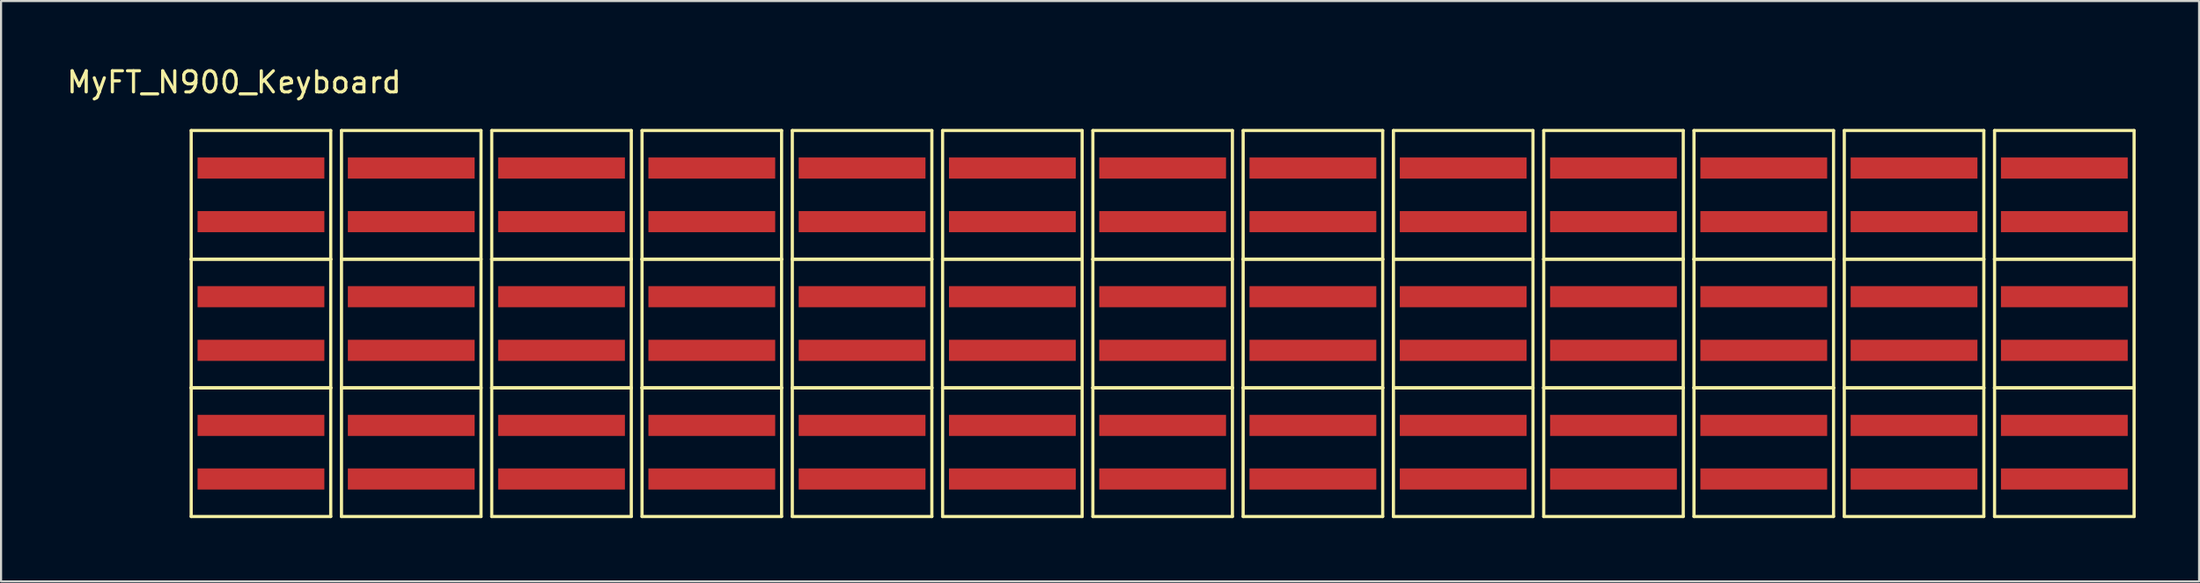
<source format=kicad_pcb>
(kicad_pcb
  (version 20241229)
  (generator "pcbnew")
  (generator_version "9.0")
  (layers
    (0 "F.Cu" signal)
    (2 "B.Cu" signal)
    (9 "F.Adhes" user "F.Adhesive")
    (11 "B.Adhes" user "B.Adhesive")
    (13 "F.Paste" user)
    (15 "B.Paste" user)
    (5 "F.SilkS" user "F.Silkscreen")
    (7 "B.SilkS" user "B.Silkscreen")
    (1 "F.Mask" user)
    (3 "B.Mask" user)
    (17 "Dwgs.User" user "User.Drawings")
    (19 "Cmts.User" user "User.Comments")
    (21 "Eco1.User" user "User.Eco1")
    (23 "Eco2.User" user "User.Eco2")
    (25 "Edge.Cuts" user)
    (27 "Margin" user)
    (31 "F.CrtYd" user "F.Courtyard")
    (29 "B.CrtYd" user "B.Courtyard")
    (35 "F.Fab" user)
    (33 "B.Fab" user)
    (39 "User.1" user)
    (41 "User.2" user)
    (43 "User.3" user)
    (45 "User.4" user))
  (footprint "MyFT_N900_Keyboard"
    (layer "F.Cu")
    (at 9.3 4.912)
    (property "Reference" "MyFT_N900_Keyboard" (at -1.27 -4.064 0) (layer "F.SilkS") (effects (font (size 1 1) (thickness 0.15))))
    (attr through_hole)
    (fp_line (start -3.302 -1.778) (end -3.302 4.318) (stroke (width 0.15) (type solid)) (layer "F.SilkS"))
    (fp_line (start -3.302 -1.778) (end 3.302 -1.778) (stroke (width 0.15) (type solid)) (layer "F.SilkS"))
    (fp_line (start -3.302 4.318) (end -3.302 10.414) (stroke (width 0.15) (type solid)) (layer "F.SilkS"))
    (fp_line (start -3.302 4.318) (end 3.302 4.318) (stroke (width 0.15) (type solid)) (layer "F.SilkS"))
    (fp_line (start -3.302 4.318) (end 3.302 4.318) (stroke (width 0.15) (type solid)) (layer "F.SilkS"))
    (fp_line (start -3.302 10.414) (end -3.302 16.51) (stroke (width 0.15) (type solid)) (layer "F.SilkS"))
    (fp_line (start -3.302 10.414) (end 3.302 10.414) (stroke (width 0.15) (type solid)) (layer "F.SilkS"))
    (fp_line (start -3.302 10.414) (end 3.302 10.414) (stroke (width 0.15) (type solid)) (layer "F.SilkS"))
    (fp_line (start -3.302 16.51) (end 3.302 16.51) (stroke (width 0.15) (type solid)) (layer "F.SilkS"))
    (fp_line (start 3.302 -1.778) (end 3.302 4.318) (stroke (width 0.15) (type solid)) (layer "F.SilkS"))
    (fp_line (start 3.302 4.318) (end 3.302 10.414) (stroke (width 0.15) (type solid)) (layer "F.SilkS"))
    (fp_line (start 3.302 10.414) (end 3.302 16.51) (stroke (width 0.15) (type solid)) (layer "F.SilkS"))
    (fp_line (start 3.81 -1.778) (end 3.81 4.318) (stroke (width 0.15) (type solid)) (layer "F.SilkS"))
    (fp_line (start 3.81 -1.778) (end 10.414 -1.778) (stroke (width 0.15) (type solid)) (layer "F.SilkS"))
    (fp_line (start 3.81 4.318) (end 3.81 10.414) (stroke (width 0.15) (type solid)) (layer "F.SilkS"))
    (fp_line (start 3.81 4.318) (end 10.414 4.318) (stroke (width 0.15) (type solid)) (layer "F.SilkS"))
    (fp_line (start 3.81 4.318) (end 10.414 4.318) (stroke (width 0.15) (type solid)) (layer "F.SilkS"))
    (fp_line (start 3.81 10.414) (end 3.81 16.51) (stroke (width 0.15) (type solid)) (layer "F.SilkS"))
    (fp_line (start 3.81 10.414) (end 10.414 10.414) (stroke (width 0.15) (type solid)) (layer "F.SilkS"))
    (fp_line (start 3.81 10.414) (end 10.414 10.414) (stroke (width 0.15) (type solid)) (layer "F.SilkS"))
    (fp_line (start 3.81 16.51) (end 10.414 16.51) (stroke (width 0.15) (type solid)) (layer "F.SilkS"))
    (fp_line (start 10.414 -1.778) (end 10.414 4.318) (stroke (width 0.15) (type solid)) (layer "F.SilkS"))
    (fp_line (start 10.414 4.318) (end 10.414 10.414) (stroke (width 0.15) (type solid)) (layer "F.SilkS"))
    (fp_line (start 10.414 10.414) (end 10.414 16.51) (stroke (width 0.15) (type solid)) (layer "F.SilkS"))
    (fp_line (start 10.922 -1.778) (end 10.922 4.318) (stroke (width 0.15) (type solid)) (layer "F.SilkS"))
    (fp_line (start 10.922 -1.778) (end 17.526 -1.778) (stroke (width 0.15) (type solid)) (layer "F.SilkS"))
    (fp_line (start 10.922 4.318) (end 10.922 10.414) (stroke (width 0.15) (type solid)) (layer "F.SilkS"))
    (fp_line (start 10.922 4.318) (end 17.526 4.318) (stroke (width 0.15) (type solid)) (layer "F.SilkS"))
    (fp_line (start 10.922 4.318) (end 17.526 4.318) (stroke (width 0.15) (type solid)) (layer "F.SilkS"))
    (fp_line (start 10.922 10.414) (end 10.922 16.51) (stroke (width 0.15) (type solid)) (layer "F.SilkS"))
    (fp_line (start 10.922 10.414) (end 17.526 10.414) (stroke (width 0.15) (type solid)) (layer "F.SilkS"))
    (fp_line (start 10.922 10.414) (end 17.526 10.414) (stroke (width 0.15) (type solid)) (layer "F.SilkS"))
    (fp_line (start 10.922 16.51) (end 17.526 16.51) (stroke (width 0.15) (type solid)) (layer "F.SilkS"))
    (fp_line (start 17.526 -1.778) (end 17.526 4.318) (stroke (width 0.15) (type solid)) (layer "F.SilkS"))
    (fp_line (start 17.526 4.318) (end 17.526 10.414) (stroke (width 0.15) (type solid)) (layer "F.SilkS"))
    (fp_line (start 17.526 10.414) (end 17.526 16.51) (stroke (width 0.15) (type solid)) (layer "F.SilkS"))
    (fp_line (start 18.034 -1.778) (end 18.034 4.318) (stroke (width 0.15) (type solid)) (layer "F.SilkS"))
    (fp_line (start 18.034 -1.778) (end 24.638 -1.778) (stroke (width 0.15) (type solid)) (layer "F.SilkS"))
    (fp_line (start 18.034 4.318) (end 18.034 10.414) (stroke (width 0.15) (type solid)) (layer "F.SilkS"))
    (fp_line (start 18.034 4.318) (end 24.638 4.318) (stroke (width 0.15) (type solid)) (layer "F.SilkS"))
    (fp_line (start 18.034 4.318) (end 24.638 4.318) (stroke (width 0.15) (type solid)) (layer "F.SilkS"))
    (fp_line (start 18.034 10.414) (end 18.034 16.51) (stroke (width 0.15) (type solid)) (layer "F.SilkS"))
    (fp_line (start 18.034 10.414) (end 24.638 10.414) (stroke (width 0.15) (type solid)) (layer "F.SilkS"))
    (fp_line (start 18.034 10.414) (end 24.638 10.414) (stroke (width 0.15) (type solid)) (layer "F.SilkS"))
    (fp_line (start 18.034 16.51) (end 24.638 16.51) (stroke (width 0.15) (type solid)) (layer "F.SilkS"))
    (fp_line (start 24.638 -1.778) (end 24.638 4.318) (stroke (width 0.15) (type solid)) (layer "F.SilkS"))
    (fp_line (start 24.638 4.318) (end 24.638 10.414) (stroke (width 0.15) (type solid)) (layer "F.SilkS"))
    (fp_line (start 24.638 10.414) (end 24.638 16.51) (stroke (width 0.15) (type solid)) (layer "F.SilkS"))
    (fp_line (start 25.146 -1.778) (end 25.146 4.318) (stroke (width 0.15) (type solid)) (layer "F.SilkS"))
    (fp_line (start 25.146 -1.778) (end 31.75 -1.778) (stroke (width 0.15) (type solid)) (layer "F.SilkS"))
    (fp_line (start 25.146 4.318) (end 25.146 10.414) (stroke (width 0.15) (type solid)) (layer "F.SilkS"))
    (fp_line (start 25.146 4.318) (end 31.75 4.318) (stroke (width 0.15) (type solid)) (layer "F.SilkS"))
    (fp_line (start 25.146 4.318) (end 31.75 4.318) (stroke (width 0.15) (type solid)) (layer "F.SilkS"))
    (fp_line (start 25.146 10.414) (end 25.146 16.51) (stroke (width 0.15) (type solid)) (layer "F.SilkS"))
    (fp_line (start 25.146 10.414) (end 31.75 10.414) (stroke (width 0.15) (type solid)) (layer "F.SilkS"))
    (fp_line (start 25.146 10.414) (end 31.75 10.414) (stroke (width 0.15) (type solid)) (layer "F.SilkS"))
    (fp_line (start 25.146 16.51) (end 31.75 16.51) (stroke (width 0.15) (type solid)) (layer "F.SilkS"))
    (fp_line (start 31.75 -1.778) (end 31.75 4.318) (stroke (width 0.15) (type solid)) (layer "F.SilkS"))
    (fp_line (start 31.75 4.318) (end 31.75 10.414) (stroke (width 0.15) (type solid)) (layer "F.SilkS"))
    (fp_line (start 31.75 10.414) (end 31.75 16.51) (stroke (width 0.15) (type solid)) (layer "F.SilkS"))
    (fp_line (start 32.258 -1.778) (end 32.258 4.318) (stroke (width 0.15) (type solid)) (layer "F.SilkS"))
    (fp_line (start 32.258 -1.778) (end 38.862 -1.778) (stroke (width 0.15) (type solid)) (layer "F.SilkS"))
    (fp_line (start 32.258 4.318) (end 32.258 10.414) (stroke (width 0.15) (type solid)) (layer "F.SilkS"))
    (fp_line (start 32.258 4.318) (end 38.862 4.318) (stroke (width 0.15) (type solid)) (layer "F.SilkS"))
    (fp_line (start 32.258 4.318) (end 38.862 4.318) (stroke (width 0.15) (type solid)) (layer "F.SilkS"))
    (fp_line (start 32.258 10.414) (end 32.258 16.51) (stroke (width 0.15) (type solid)) (layer "F.SilkS"))
    (fp_line (start 32.258 10.414) (end 38.862 10.414) (stroke (width 0.15) (type solid)) (layer "F.SilkS"))
    (fp_line (start 32.258 10.414) (end 38.862 10.414) (stroke (width 0.15) (type solid)) (layer "F.SilkS"))
    (fp_line (start 32.258 16.51) (end 38.862 16.51) (stroke (width 0.15) (type solid)) (layer "F.SilkS"))
    (fp_line (start 38.862 -1.778) (end 38.862 4.318) (stroke (width 0.15) (type solid)) (layer "F.SilkS"))
    (fp_line (start 38.862 4.318) (end 38.862 10.414) (stroke (width 0.15) (type solid)) (layer "F.SilkS"))
    (fp_line (start 38.862 10.414) (end 38.862 16.51) (stroke (width 0.15) (type solid)) (layer "F.SilkS"))
    (fp_line (start 39.37 -1.778) (end 39.37 4.318) (stroke (width 0.15) (type solid)) (layer "F.SilkS"))
    (fp_line (start 39.37 -1.778) (end 45.974 -1.778) (stroke (width 0.15) (type solid)) (layer "F.SilkS"))
    (fp_line (start 39.37 4.318) (end 39.37 10.414) (stroke (width 0.15) (type solid)) (layer "F.SilkS"))
    (fp_line (start 39.37 4.318) (end 45.974 4.318) (stroke (width 0.15) (type solid)) (layer "F.SilkS"))
    (fp_line (start 39.37 4.318) (end 45.974 4.318) (stroke (width 0.15) (type solid)) (layer "F.SilkS"))
    (fp_line (start 39.37 10.414) (end 39.37 16.51) (stroke (width 0.15) (type solid)) (layer "F.SilkS"))
    (fp_line (start 39.37 10.414) (end 45.974 10.414) (stroke (width 0.15) (type solid)) (layer "F.SilkS"))
    (fp_line (start 39.37 10.414) (end 45.974 10.414) (stroke (width 0.15) (type solid)) (layer "F.SilkS"))
    (fp_line (start 39.37 16.51) (end 45.974 16.51) (stroke (width 0.15) (type solid)) (layer "F.SilkS"))
    (fp_line (start 45.974 -1.778) (end 45.974 4.318) (stroke (width 0.15) (type solid)) (layer "F.SilkS"))
    (fp_line (start 45.974 4.318) (end 45.974 10.414) (stroke (width 0.15) (type solid)) (layer "F.SilkS"))
    (fp_line (start 45.974 10.414) (end 45.974 16.51) (stroke (width 0.15) (type solid)) (layer "F.SilkS"))
    (fp_line (start 46.482 -1.778) (end 46.482 4.318) (stroke (width 0.15) (type solid)) (layer "F.SilkS"))
    (fp_line (start 46.482 -1.778) (end 53.086 -1.778) (stroke (width 0.15) (type solid)) (layer "F.SilkS"))
    (fp_line (start 46.482 4.318) (end 46.482 10.414) (stroke (width 0.15) (type solid)) (layer "F.SilkS"))
    (fp_line (start 46.482 4.318) (end 53.086 4.318) (stroke (width 0.15) (type solid)) (layer "F.SilkS"))
    (fp_line (start 46.482 4.318) (end 53.086 4.318) (stroke (width 0.15) (type solid)) (layer "F.SilkS"))
    (fp_line (start 46.482 10.414) (end 46.482 16.51) (stroke (width 0.15) (type solid)) (layer "F.SilkS"))
    (fp_line (start 46.482 10.414) (end 53.086 10.414) (stroke (width 0.15) (type solid)) (layer "F.SilkS"))
    (fp_line (start 46.482 10.414) (end 53.086 10.414) (stroke (width 0.15) (type solid)) (layer "F.SilkS"))
    (fp_line (start 46.482 16.51) (end 53.086 16.51) (stroke (width 0.15) (type solid)) (layer "F.SilkS"))
    (fp_line (start 53.086 -1.778) (end 53.086 4.318) (stroke (width 0.15) (type solid)) (layer "F.SilkS"))
    (fp_line (start 53.086 4.318) (end 53.086 10.414) (stroke (width 0.15) (type solid)) (layer "F.SilkS"))
    (fp_line (start 53.086 10.414) (end 53.086 16.51) (stroke (width 0.15) (type solid)) (layer "F.SilkS"))
    (fp_line (start 53.594 -1.778) (end 53.594 4.318) (stroke (width 0.15) (type solid)) (layer "F.SilkS"))
    (fp_line (start 53.594 -1.778) (end 60.198 -1.778) (stroke (width 0.15) (type solid)) (layer "F.SilkS"))
    (fp_line (start 53.594 4.318) (end 53.594 10.414) (stroke (width 0.15) (type solid)) (layer "F.SilkS"))
    (fp_line (start 53.594 4.318) (end 60.198 4.318) (stroke (width 0.15) (type solid)) (layer "F.SilkS"))
    (fp_line (start 53.594 4.318) (end 60.198 4.318) (stroke (width 0.15) (type solid)) (layer "F.SilkS"))
    (fp_line (start 53.594 10.414) (end 53.594 16.51) (stroke (width 0.15) (type solid)) (layer "F.SilkS"))
    (fp_line (start 53.594 10.414) (end 60.198 10.414) (stroke (width 0.15) (type solid)) (layer "F.SilkS"))
    (fp_line (start 53.594 10.414) (end 60.198 10.414) (stroke (width 0.15) (type solid)) (layer "F.SilkS"))
    (fp_line (start 53.594 16.51) (end 60.198 16.51) (stroke (width 0.15) (type solid)) (layer "F.SilkS"))
    (fp_line (start 60.198 -1.778) (end 60.198 4.318) (stroke (width 0.15) (type solid)) (layer "F.SilkS"))
    (fp_line (start 60.198 4.318) (end 60.198 10.414) (stroke (width 0.15) (type solid)) (layer "F.SilkS"))
    (fp_line (start 60.198 10.414) (end 60.198 16.51) (stroke (width 0.15) (type solid)) (layer "F.SilkS"))
    (fp_line (start 60.706 -1.778) (end 60.706 4.318) (stroke (width 0.15) (type solid)) (layer "F.SilkS"))
    (fp_line (start 60.706 -1.778) (end 67.31 -1.778) (stroke (width 0.15) (type solid)) (layer "F.SilkS"))
    (fp_line (start 60.706 4.318) (end 60.706 10.414) (stroke (width 0.15) (type solid)) (layer "F.SilkS"))
    (fp_line (start 60.706 4.318) (end 67.31 4.318) (stroke (width 0.15) (type solid)) (layer "F.SilkS"))
    (fp_line (start 60.706 4.318) (end 67.31 4.318) (stroke (width 0.15) (type solid)) (layer "F.SilkS"))
    (fp_line (start 60.706 10.414) (end 60.706 16.51) (stroke (width 0.15) (type solid)) (layer "F.SilkS"))
    (fp_line (start 60.706 10.414) (end 67.31 10.414) (stroke (width 0.15) (type solid)) (layer "F.SilkS"))
    (fp_line (start 60.706 10.414) (end 67.31 10.414) (stroke (width 0.15) (type solid)) (layer "F.SilkS"))
    (fp_line (start 60.706 16.51) (end 67.31 16.51) (stroke (width 0.15) (type solid)) (layer "F.SilkS"))
    (fp_line (start 67.31 -1.778) (end 67.31 4.318) (stroke (width 0.15) (type solid)) (layer "F.SilkS"))
    (fp_line (start 67.31 4.318) (end 67.31 10.414) (stroke (width 0.15) (type solid)) (layer "F.SilkS"))
    (fp_line (start 67.31 10.414) (end 67.31 16.51) (stroke (width 0.15) (type solid)) (layer "F.SilkS"))
    (fp_line (start 67.818 -1.778) (end 67.818 4.318) (stroke (width 0.15) (type solid)) (layer "F.SilkS"))
    (fp_line (start 67.818 -1.778) (end 74.422 -1.778) (stroke (width 0.15) (type solid)) (layer "F.SilkS"))
    (fp_line (start 67.818 4.318) (end 67.818 10.414) (stroke (width 0.15) (type solid)) (layer "F.SilkS"))
    (fp_line (start 67.818 4.318) (end 74.422 4.318) (stroke (width 0.15) (type solid)) (layer "F.SilkS"))
    (fp_line (start 67.818 4.318) (end 74.422 4.318) (stroke (width 0.15) (type solid)) (layer "F.SilkS"))
    (fp_line (start 67.818 10.414) (end 67.818 16.51) (stroke (width 0.15) (type solid)) (layer "F.SilkS"))
    (fp_line (start 67.818 10.414) (end 74.422 10.414) (stroke (width 0.15) (type solid)) (layer "F.SilkS"))
    (fp_line (start 67.818 10.414) (end 74.422 10.414) (stroke (width 0.15) (type solid)) (layer "F.SilkS"))
    (fp_line (start 67.818 16.51) (end 74.422 16.51) (stroke (width 0.15) (type solid)) (layer "F.SilkS"))
    (fp_line (start 74.422 -1.778) (end 74.422 4.318) (stroke (width 0.15) (type solid)) (layer "F.SilkS"))
    (fp_line (start 74.422 4.318) (end 74.422 10.414) (stroke (width 0.15) (type solid)) (layer "F.SilkS"))
    (fp_line (start 74.422 10.414) (end 74.422 16.51) (stroke (width 0.15) (type solid)) (layer "F.SilkS"))
    (fp_line (start 74.93 -1.778) (end 74.93 4.318) (stroke (width 0.15) (type solid)) (layer "F.SilkS"))
    (fp_line (start 74.93 -1.778) (end 81.534 -1.778) (stroke (width 0.15) (type solid)) (layer "F.SilkS"))
    (fp_line (start 74.93 4.318) (end 74.93 10.414) (stroke (width 0.15) (type solid)) (layer "F.SilkS"))
    (fp_line (start 74.93 4.318) (end 81.534 4.318) (stroke (width 0.15) (type solid)) (layer "F.SilkS"))
    (fp_line (start 74.93 4.318) (end 81.534 4.318) (stroke (width 0.15) (type solid)) (layer "F.SilkS"))
    (fp_line (start 74.93 10.414) (end 74.93 16.51) (stroke (width 0.15) (type solid)) (layer "F.SilkS"))
    (fp_line (start 74.93 10.414) (end 81.534 10.414) (stroke (width 0.15) (type solid)) (layer "F.SilkS"))
    (fp_line (start 74.93 10.414) (end 81.534 10.414) (stroke (width 0.15) (type solid)) (layer "F.SilkS"))
    (fp_line (start 74.93 16.51) (end 81.534 16.51) (stroke (width 0.15) (type solid)) (layer "F.SilkS"))
    (fp_line (start 81.534 -1.778) (end 81.534 4.318) (stroke (width 0.15) (type solid)) (layer "F.SilkS"))
    (fp_line (start 81.534 4.318) (end 81.534 10.414) (stroke (width 0.15) (type solid)) (layer "F.SilkS"))
    (fp_line (start 81.534 10.414) (end 81.534 16.51) (stroke (width 0.15) (type solid)) (layer "F.SilkS"))
    (fp_line (start 82.042 -1.778) (end 82.042 4.318) (stroke (width 0.15) (type solid)) (layer "F.SilkS"))
    (fp_line (start 82.042 -1.778) (end 88.646 -1.778) (stroke (width 0.15) (type solid)) (layer "F.SilkS"))
    (fp_line (start 82.042 4.318) (end 82.042 10.414) (stroke (width 0.15) (type solid)) (layer "F.SilkS"))
    (fp_line (start 82.042 4.318) (end 88.646 4.318) (stroke (width 0.15) (type solid)) (layer "F.SilkS"))
    (fp_line (start 82.042 4.318) (end 88.646 4.318) (stroke (width 0.15) (type solid)) (layer "F.SilkS"))
    (fp_line (start 82.042 10.414) (end 82.042 16.51) (stroke (width 0.15) (type solid)) (layer "F.SilkS"))
    (fp_line (start 82.042 10.414) (end 88.646 10.414) (stroke (width 0.15) (type solid)) (layer "F.SilkS"))
    (fp_line (start 82.042 10.414) (end 88.646 10.414) (stroke (width 0.15) (type solid)) (layer "F.SilkS"))
    (fp_line (start 82.042 16.51) (end 88.646 16.51) (stroke (width 0.15) (type solid)) (layer "F.SilkS"))
    (fp_line (start 88.646 -1.778) (end 88.646 4.318) (stroke (width 0.15) (type solid)) (layer "F.SilkS"))
    (fp_line (start 88.646 4.318) (end 88.646 10.414) (stroke (width 0.15) (type solid)) (layer "F.SilkS"))
    (fp_line (start 88.646 10.414) (end 88.646 16.51) (stroke (width 0.15) (type solid)) (layer "F.SilkS"))
    (pad "C1" smd rect (at 0 0) (size 6 1) (layers "F.Cu" "F.Mask" "F.Paste"))
    (pad "C1" smd rect (at 0 6.096) (size 6 1) (layers "F.Cu" "F.Mask" "F.Paste"))
    (pad "C1" smd rect (at 0 12.192) (size 6 1) (layers "F.Cu" "F.Mask" "F.Paste"))
    (pad "C2" smd rect (at 7.112 0) (size 6 1) (layers "F.Cu" "F.Mask" "F.Paste"))
    (pad "C2" smd rect (at 7.112 6.096) (size 6 1) (layers "F.Cu" "F.Mask" "F.Paste"))
    (pad "C2" smd rect (at 7.112 12.192) (size 6 1) (layers "F.Cu" "F.Mask" "F.Paste"))
    (pad "C3" smd rect (at 14.224 0) (size 6 1) (layers "F.Cu" "F.Mask" "F.Paste"))
    (pad "C3" smd rect (at 14.224 6.096) (size 6 1) (layers "F.Cu" "F.Mask" "F.Paste"))
    (pad "C3" smd rect (at 14.224 12.192) (size 6 1) (layers "F.Cu" "F.Mask" "F.Paste"))
    (pad "C4" smd rect (at 21.336 0) (size 6 1) (layers "F.Cu" "F.Mask" "F.Paste"))
    (pad "C4" smd rect (at 21.336 6.096) (size 6 1) (layers "F.Cu" "F.Mask" "F.Paste"))
    (pad "C4" smd rect (at 21.336 12.192) (size 6 1) (layers "F.Cu" "F.Mask" "F.Paste"))
    (pad "C5" smd rect (at 28.448 0) (size 6 1) (layers "F.Cu" "F.Mask" "F.Paste"))
    (pad "C5" smd rect (at 28.448 6.096) (size 6 1) (layers "F.Cu" "F.Mask" "F.Paste"))
    (pad "C5" smd rect (at 28.448 12.192) (size 6 1) (layers "F.Cu" "F.Mask" "F.Paste"))
    (pad "C6" smd rect (at 35.56 0) (size 6 1) (layers "F.Cu" "F.Mask" "F.Paste"))
    (pad "C6" smd rect (at 35.56 6.096) (size 6 1) (layers "F.Cu" "F.Mask" "F.Paste"))
    (pad "C6" smd rect (at 35.56 12.192) (size 6 1) (layers "F.Cu" "F.Mask" "F.Paste"))
    (pad "C7" smd rect (at 42.672 0) (size 6 1) (layers "F.Cu" "F.Mask" "F.Paste"))
    (pad "C7" smd rect (at 42.672 6.096) (size 6 1) (layers "F.Cu" "F.Mask" "F.Paste"))
    (pad "C7" smd rect (at 42.672 12.192) (size 6 1) (layers "F.Cu" "F.Mask" "F.Paste"))
    (pad "C8" smd rect (at 49.784 0) (size 6 1) (layers "F.Cu" "F.Mask" "F.Paste"))
    (pad "C8" smd rect (at 49.784 6.096) (size 6 1) (layers "F.Cu" "F.Mask" "F.Paste"))
    (pad "C8" smd rect (at 49.784 12.192) (size 6 1) (layers "F.Cu" "F.Mask" "F.Paste"))
    (pad "C9" smd rect (at 56.896 0) (size 6 1) (layers "F.Cu" "F.Mask" "F.Paste"))
    (pad "C9" smd rect (at 56.896 6.096) (size 6 1) (layers "F.Cu" "F.Mask" "F.Paste"))
    (pad "C9" smd rect (at 56.896 12.192) (size 6 1) (layers "F.Cu" "F.Mask" "F.Paste"))
    (pad "C10" smd rect (at 64.008 0) (size 6 1) (layers "F.Cu" "F.Mask" "F.Paste"))
    (pad "C10" smd rect (at 64.008 6.096) (size 6 1) (layers "F.Cu" "F.Mask" "F.Paste"))
    (pad "C10" smd rect (at 64.008 12.192) (size 6 1) (layers "F.Cu" "F.Mask" "F.Paste"))
    (pad "C11" smd rect (at 71.12 0) (size 6 1) (layers "F.Cu" "F.Mask" "F.Paste"))
    (pad "C11" smd rect (at 71.12 6.096) (size 6 1) (layers "F.Cu" "F.Mask" "F.Paste"))
    (pad "C11" smd rect (at 71.12 12.192) (size 6 1) (layers "F.Cu" "F.Mask" "F.Paste"))
    (pad "C12" smd rect (at 78.232 0) (size 6 1) (layers "F.Cu" "F.Mask" "F.Paste"))
    (pad "C12" smd rect (at 78.232 6.096) (size 6 1) (layers "F.Cu" "F.Mask" "F.Paste"))
    (pad "C12" smd rect (at 78.232 12.192) (size 6 1) (layers "F.Cu" "F.Mask" "F.Paste"))
    (pad "C13" smd rect (at 85.344 0) (size 6 1) (layers "F.Cu" "F.Mask" "F.Paste"))
    (pad "C13" smd rect (at 85.344 6.096) (size 6 1) (layers "F.Cu" "F.Mask" "F.Paste"))
    (pad "C13" smd rect (at 85.344 12.192) (size 6 1) (layers "F.Cu" "F.Mask" "F.Paste"))
    (pad "R1" smd rect (at 0 2.54) (size 6 1) (layers "F.Cu" "F.Mask" "F.Paste"))
    (pad "R1" smd rect (at 7.112 2.54) (size 6 1) (layers "F.Cu" "F.Mask" "F.Paste"))
    (pad "R1" smd rect (at 14.224 2.54) (size 6 1) (layers "F.Cu" "F.Mask" "F.Paste"))
    (pad "R1" smd rect (at 21.336 2.54) (size 6 1) (layers "F.Cu" "F.Mask" "F.Paste"))
    (pad "R1" smd rect (at 28.448 2.54) (size 6 1) (layers "F.Cu" "F.Mask" "F.Paste"))
    (pad "R1" smd rect (at 35.56 2.54) (size 6 1) (layers "F.Cu" "F.Mask" "F.Paste"))
    (pad "R1" smd rect (at 42.672 2.54) (size 6 1) (layers "F.Cu" "F.Mask" "F.Paste"))
    (pad "R1" smd rect (at 49.784 2.54) (size 6 1) (layers "F.Cu" "F.Mask" "F.Paste"))
    (pad "R1" smd rect (at 56.896 2.54) (size 6 1) (layers "F.Cu" "F.Mask" "F.Paste"))
    (pad "R1" smd rect (at 64.008 2.54) (size 6 1) (layers "F.Cu" "F.Mask" "F.Paste"))
    (pad "R1" smd rect (at 71.12 2.54) (size 6 1) (layers "F.Cu" "F.Mask" "F.Paste"))
    (pad "R1" smd rect (at 78.232 2.54) (size 6 1) (layers "F.Cu" "F.Mask" "F.Paste"))
    (pad "R1" smd rect (at 85.344 2.54) (size 6 1) (layers "F.Cu" "F.Mask" "F.Paste"))
    (pad "R2" smd rect (at 0 8.636) (size 6 1) (layers "F.Cu" "F.Mask" "F.Paste"))
    (pad "R2" smd rect (at 7.112 8.636) (size 6 1) (layers "F.Cu" "F.Mask" "F.Paste"))
    (pad "R2" smd rect (at 14.224 8.636) (size 6 1) (layers "F.Cu" "F.Mask" "F.Paste"))
    (pad "R2" smd rect (at 21.336 8.636) (size 6 1) (layers "F.Cu" "F.Mask" "F.Paste"))
    (pad "R2" smd rect (at 28.448 8.636) (size 6 1) (layers "F.Cu" "F.Mask" "F.Paste"))
    (pad "R2" smd rect (at 35.56 8.636) (size 6 1) (layers "F.Cu" "F.Mask" "F.Paste"))
    (pad "R2" smd rect (at 42.672 8.636) (size 6 1) (layers "F.Cu" "F.Mask" "F.Paste"))
    (pad "R2" smd rect (at 49.784 8.636) (size 6 1) (layers "F.Cu" "F.Mask" "F.Paste"))
    (pad "R2" smd rect (at 56.896 8.636) (size 6 1) (layers "F.Cu" "F.Mask" "F.Paste"))
    (pad "R2" smd rect (at 64.008 8.636) (size 6 1) (layers "F.Cu" "F.Mask" "F.Paste"))
    (pad "R2" smd rect (at 71.12 8.636) (size 6 1) (layers "F.Cu" "F.Mask" "F.Paste"))
    (pad "R2" smd rect (at 78.232 8.636) (size 6 1) (layers "F.Cu" "F.Mask" "F.Paste"))
    (pad "R2" smd rect (at 85.344 8.636) (size 6 1) (layers "F.Cu" "F.Mask" "F.Paste"))
    (pad "R3" smd rect (at 0 14.732) (size 6 1) (layers "F.Cu" "F.Mask" "F.Paste"))
    (pad "R3" smd rect (at 7.112 14.732) (size 6 1) (layers "F.Cu" "F.Mask" "F.Paste"))
    (pad "R3" smd rect (at 14.224 14.732) (size 6 1) (layers "F.Cu" "F.Mask" "F.Paste"))
    (pad "R3" smd rect (at 21.336 14.732) (size 6 1) (layers "F.Cu" "F.Mask" "F.Paste"))
    (pad "R3" smd rect (at 28.448 14.732) (size 6 1) (layers "F.Cu" "F.Mask" "F.Paste"))
    (pad "R3" smd rect (at 35.56 14.732) (size 6 1) (layers "F.Cu" "F.Mask" "F.Paste"))
    (pad "R3" smd rect (at 42.672 14.732) (size 6 1) (layers "F.Cu" "F.Mask" "F.Paste"))
    (pad "R3" smd rect (at 49.784 14.732) (size 6 1) (layers "F.Cu" "F.Mask" "F.Paste"))
    (pad "R3" smd rect (at 56.896 14.732) (size 6 1) (layers "F.Cu" "F.Mask" "F.Paste"))
    (pad "R3" smd rect (at 64.008 14.732) (size 6 1) (layers "F.Cu" "F.Mask" "F.Paste"))
    (pad "R3" smd rect (at 71.12 14.732) (size 6 1) (layers "F.Cu" "F.Mask" "F.Paste"))
    (pad "R3" smd rect (at 78.232 14.732) (size 6 1) (layers "F.Cu" "F.Mask" "F.Paste"))
    (pad "R3" smd rect (at 85.344 14.732) (size 6 1) (layers "F.Cu" "F.Mask" "F.Paste")))
  (gr_rect
    (start -3 -3)
    (end 101.021 24.497)
    (stroke (width 0.1) (type default))
    (fill no)
    (layer "Edge.Cuts")))
</source>
